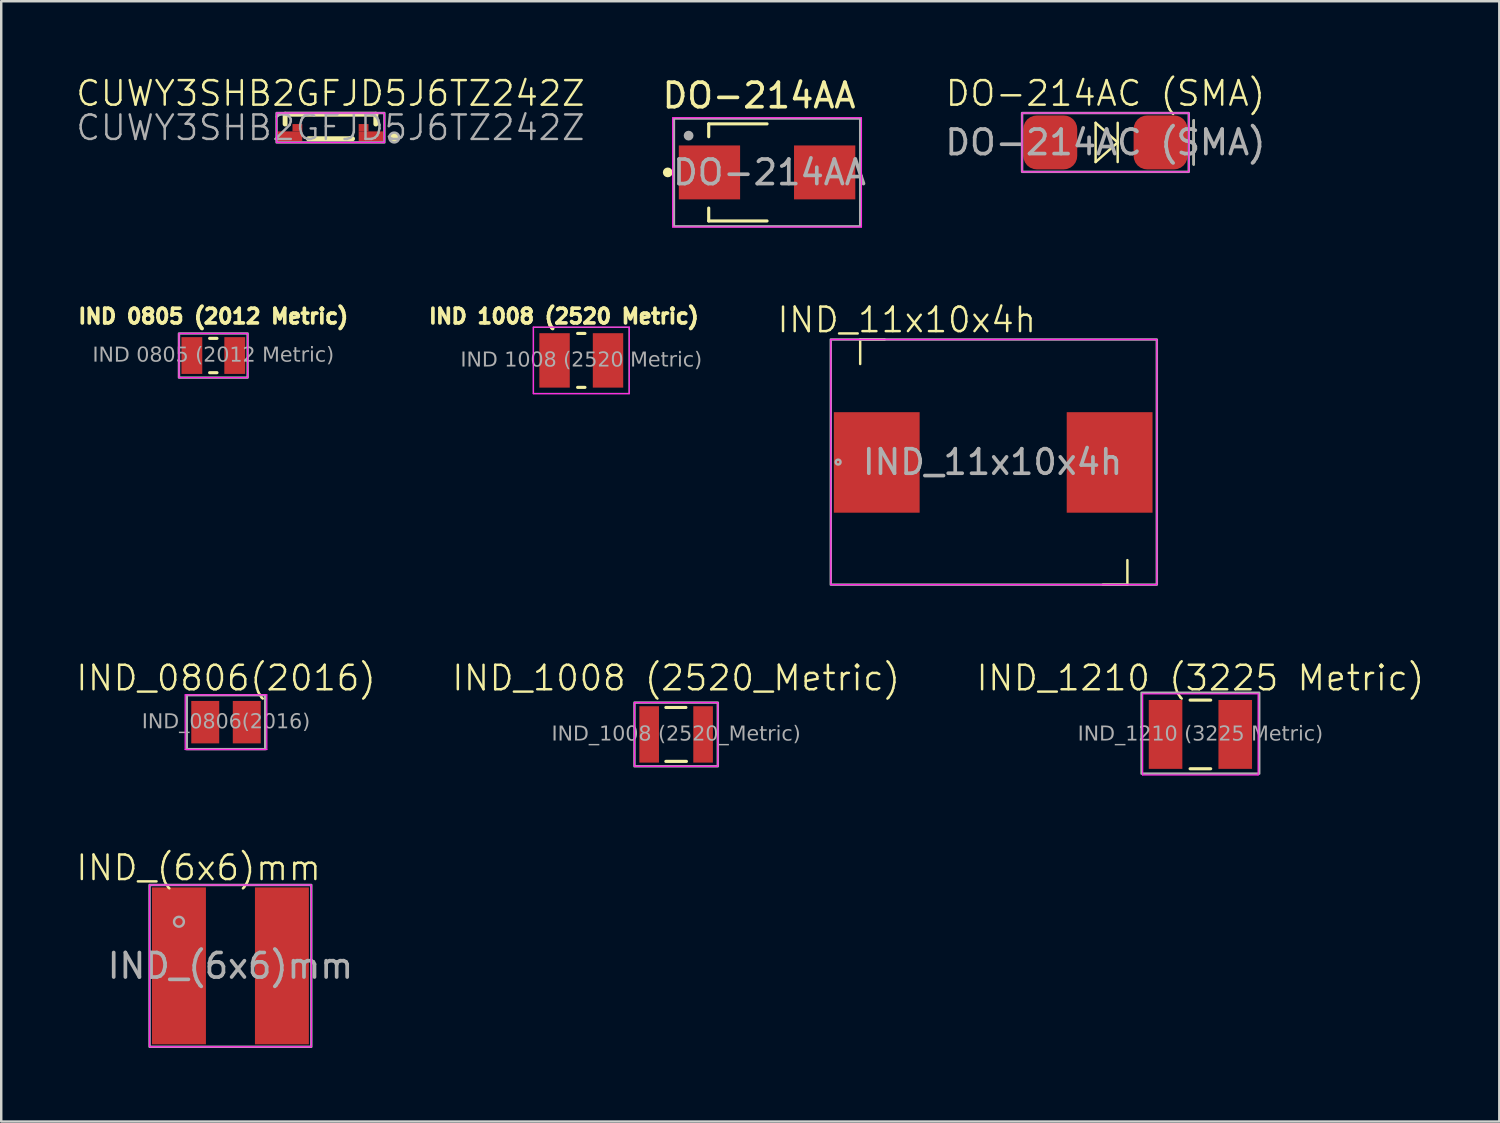
<source format=kicad_pcb>
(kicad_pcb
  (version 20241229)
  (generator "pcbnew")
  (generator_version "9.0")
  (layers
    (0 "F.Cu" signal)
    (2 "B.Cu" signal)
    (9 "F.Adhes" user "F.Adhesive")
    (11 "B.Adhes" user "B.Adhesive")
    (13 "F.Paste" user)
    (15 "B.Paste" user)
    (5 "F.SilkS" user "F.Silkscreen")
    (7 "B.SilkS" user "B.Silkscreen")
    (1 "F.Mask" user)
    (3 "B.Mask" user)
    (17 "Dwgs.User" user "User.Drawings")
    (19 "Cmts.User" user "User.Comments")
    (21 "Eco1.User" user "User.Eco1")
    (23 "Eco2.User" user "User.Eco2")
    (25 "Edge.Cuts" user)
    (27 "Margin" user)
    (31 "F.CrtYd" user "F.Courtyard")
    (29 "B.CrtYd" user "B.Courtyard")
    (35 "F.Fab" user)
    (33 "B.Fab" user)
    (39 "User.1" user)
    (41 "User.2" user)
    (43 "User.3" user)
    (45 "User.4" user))
  (footprint "IND 1008 (2520 Metric)"
    (layer "F.Cu")
    (at 20.662 11.652)
    (property "Reference" "IND 1008 (2520 Metric)" (at -0.71 -1.8 0) (layer "F.SilkS") (effects (font (size 0.6 0.6) (thickness 0.15))))
    (attr smd)
    (fp_line (start -0.15 -1.1) (end 0.15 -1.1) (stroke (width 0.127) (type solid)) (layer "F.SilkS"))
    (fp_line (start -0.15 1.1) (end 0.15 1.1) (stroke (width 0.127) (type solid)) (layer "F.SilkS"))
    (fp_line (start -1.958 -1.358) (end 1.958 -1.358) (stroke (width 0.05) (type solid)) (layer "F.CrtYd"))
    (fp_line (start -1.958 1.358) (end -1.958 -1.358) (stroke (width 0.05) (type solid)) (layer "F.CrtYd"))
    (fp_line (start -1.958 1.358) (end 1.958 1.358) (stroke (width 0.05) (type solid)) (layer "F.CrtYd"))
    (fp_line (start 1.958 1.358) (end 1.958 -1.358) (stroke (width 0.05) (type solid)) (layer "F.CrtYd"))
    (fp_rect (start -1.95 -1.35) (end 1.95 1.35) (stroke (width 0.05) (type default)) (fill no) (layer "F.Fab"))
    (fp_text user "${REFERENCE}" (at 0 0 0) (unlocked yes) (layer "F.Fab") (effects (font (face "Arial") (size 0.6 0.6) (thickness 0.125))))
    (pad "1" smd rect (at -1.09 0) (size 1.24 2.22) (layers "F.Cu" "F.Mask" "F.Paste"))
    (pad "2" smd rect (at 1.09 0) (size 1.24 2.22) (layers "F.Cu" "F.Mask" "F.Paste")))
  (footprint "IND_0806(2016)"
    (layer "F.Cu")
    (at 6.169 26.409)
    (property "Reference" "IND_0806(2016)" (at 0 -1.8 0) (layer "F.SilkS") (effects (font (size 1 1) (thickness 0.1))))
    (attr smd)
    (fp_line (start -1.665 -1.115) (end 1.665 -1.115) (stroke (width 0.05) (type solid)) (layer "F.CrtYd"))
    (fp_line (start -1.665 1.115) (end -1.665 -1.115) (stroke (width 0.05) (type solid)) (layer "F.CrtYd"))
    (fp_line (start -1.665 1.115) (end 1.665 1.115) (stroke (width 0.05) (type solid)) (layer "F.CrtYd"))
    (fp_line (start 1.665 1.115) (end 1.665 -1.115) (stroke (width 0.05) (type solid)) (layer "F.CrtYd"))
    (fp_rect (start -1.6 -1.1) (end 1.6 1.1) (stroke (width 0.1) (type default)) (fill no) (layer "F.Fab"))
    (fp_text user "${REFERENCE}" (at 0 0 0) (unlocked yes) (layer "F.Fab") (effects (font (face "Arial") (size 0.6 0.6) (thickness 0.125))))
    (pad "1" smd rect (at -0.847 0) (size 1.14 1.73) (layers "F.Cu" "F.Mask" "F.Paste"))
    (pad "2" smd rect (at 0.847 0) (size 1.14 1.73) (layers "F.Cu" "F.Mask" "F.Paste")))
  (footprint "IND_(6x6)mm"
    (layer "F.Cu")
    (at 6.35 36.35)
    (property "Reference" "IND_(6x6)mm" (at -1.3 -4 0) (unlocked yes) (layer "F.SilkS") (effects (font (size 1 1) (thickness 0.1))))
    (attr smd)
    (fp_rect (start -3.3 -3.3) (end 3.3 3.3) (stroke (width 0.05) (type default)) (fill no) (layer "F.CrtYd"))
    (fp_rect (start -3.3 -3.3) (end 3.3 3.3) (stroke (width 0.1) (type default)) (fill no) (layer "F.Fab"))
    (fp_circle (center -2.1 -1.8) (end -1.9 -1.8) (stroke (width 0.1) (type solid)) (fill no) (layer "F.Fab"))
    (fp_text user "${REFERENCE}" (at 0 0 0) (unlocked yes) (layer "F.Fab") (effects (font (size 1 1) (thickness 0.15))))
    (pad "1" smd rect (at -2.1 0 180) (size 2.2 6.4) (layers "F.Cu" "F.Mask" "F.Paste"))
    (pad "2" smd rect (at 2.1 0 180) (size 2.2 6.4) (layers "F.Cu" "F.Mask" "F.Paste")))
  (footprint "IND_11x10x4h"
    (layer "F.Cu")
    (at 37.439 15.799)
    (property "Reference" "IND_11x10x4h" (at -3.5 -5.8 0) (unlocked yes) (layer "F.SilkS") (effects (font (size 1 1) (thickness 0.1))))
    (attr smd)
    (fp_line (start -5.4 -5) (end -5.4 -4) (stroke (width 0.1) (type default)) (layer "F.SilkS"))
    (fp_line (start -5.4 -5) (end -4.4 -5) (stroke (width 0.1) (type default)) (layer "F.SilkS"))
    (fp_line (start 5.5 5) (end 4.5 5) (stroke (width 0.1) (type default)) (layer "F.SilkS"))
    (fp_line (start 5.5 5) (end 5.5 4) (stroke (width 0.1) (type default)) (layer "F.SilkS"))
    (fp_rect (start -6.6 -5) (end 6.7 5) (stroke (width 0.05) (type default)) (fill no) (layer "F.CrtYd"))
    (fp_rect (start -6.6 -5) (end 6.7 5) (stroke (width 0.1) (type default)) (fill no) (layer "F.Fab"))
    (fp_circle (center -6.3 0) (end -6.2 0) (stroke (width 0.1) (type solid)) (fill no) (layer "F.Fab"))
    (fp_text user "${REFERENCE}" (at 0 0 0) (unlocked yes) (layer "F.Fab") (effects (font (size 1 1) (thickness 0.15))))
    (pad "1" smd rect (at -4.725 0.015 90) (size 4.1 3.5) (layers "F.Cu" "F.Mask" "F.Paste"))
    (pad "2" smd rect (at 4.775 0.015 90) (size 4.1 3.5) (layers "F.Cu" "F.Mask" "F.Paste")))
  (footprint "IND 0805 (2012 Metric)"
    (layer "F.Cu")
    (at 5.651 11.453)
    (property "Reference" "IND 0805 (2012 Metric)" (at 0 -1.6 0) (layer "F.SilkS") (effects (font (size 0.6 0.6) (thickness 0.15))))
    (attr smd)
    (fp_line (start -0.15 -0.7) (end 0.15 -0.7) (stroke (width 0.127) (type solid)) (layer "F.SilkS"))
    (fp_line (start -0.15 0.7) (end 0.15 0.7) (stroke (width 0.127) (type solid)) (layer "F.SilkS"))
    (fp_rect (start -1.4 -0.9) (end 1.4 0.9) (stroke (width 0.05) (type default)) (fill no) (layer "F.CrtYd"))
    (fp_rect (start -1.4 -0.9) (end 1.4 0.9) (stroke (width 0.1) (type default)) (fill no) (layer "F.Fab"))
    (fp_text user "${REFERENCE}" (at 0 0 0) (unlocked yes) (layer "F.Fab") (effects (font (face "Arial") (size 0.6 0.6) (thickness 0.125))))
    (pad "1" smd rect (at -0.875 0) (size 0.85 1.5) (layers "F.Cu" "F.Mask" "F.Paste"))
    (pad "2" smd rect (at 0.875 0) (size 0.85 1.5) (layers "F.Cu" "F.Mask" "F.Paste")))
  (footprint "IND_1008 (2520_Metric)"
    (layer "F.Cu")
    (at 24.531 26.909)
    (property "Reference" "IND_1008 (2520_Metric)" (at 0 -2.3 0) (layer "F.SilkS") (effects (font (size 1 1) (thickness 0.1))))
    (attr smd)
    (fp_line (start -0.42 -1.1) (end 0.4 -1.1) (stroke (width 0.127) (type solid)) (layer "F.SilkS"))
    (fp_line (start -0.42 1.1) (end 0.42 1.1) (stroke (width 0.127) (type solid)) (layer "F.SilkS"))
    (fp_rect (start -1.7 -1.3) (end 1.7 1.3) (stroke (width 0.05) (type default)) (fill no) (layer "F.CrtYd"))
    (fp_rect (start -1.7 -1.3) (end 1.7 1.3) (stroke (width 0.1) (type default)) (fill no) (layer "F.Fab"))
    (fp_text user "${REFERENCE}" (at 0 0 0) (unlocked yes) (layer "F.Fab") (effects (font (face "Arial") (size 0.6 0.6) (thickness 0.125))))
    (pad "1" smd rect (at -1.1 0) (size 0.8 2.3) (layers "F.Cu" "F.Mask" "F.Paste"))
    (pad "2" smd rect (at 1.1 0) (size 0.8 2.3) (layers "F.Cu" "F.Mask" "F.Paste")))
  (footprint "DO-214AA"
    (layer "F.Cu")
    (at 28.24 3.983)
    (property "Reference" "DO-214AA" (at -0.325 -3.135 0) (layer "F.SilkS") (effects (font (size 1 1) (thickness 0.15))))
    (attr smd)
    (fp_line (start -2.38 -1.98) (end 0 -1.98) (stroke (width 0.127) (type solid)) (layer "F.SilkS"))
    (fp_line (start -2.38 -1.455) (end -2.38 -1.98) (stroke (width 0.127) (type solid)) (layer "F.SilkS"))
    (fp_line (start -2.38 1.98) (end -2.38 1.455) (stroke (width 0.127) (type solid)) (layer "F.SilkS"))
    (fp_line (start 0 1.98) (end -2.38 1.98) (stroke (width 0.127) (type solid)) (layer "F.SilkS"))
    (fp_circle (center -4.05 0) (end -3.95 0) (stroke (width 0.2) (type solid)) (fill no) (layer "F.SilkS"))
    (fp_line (start -3.85 -2.23) (end 3.85 -2.23) (stroke (width 0.05) (type solid)) (layer "F.CrtYd"))
    (fp_line (start -3.85 2.23) (end -3.85 -2.23) (stroke (width 0.05) (type solid)) (layer "F.CrtYd"))
    (fp_line (start 3.85 -2.23) (end 3.85 2.23) (stroke (width 0.05) (type solid)) (layer "F.CrtYd"))
    (fp_line (start 3.85 2.23) (end -3.85 2.23) (stroke (width 0.05) (type solid)) (layer "F.CrtYd"))
    (fp_rect (start -3.8 -2.2) (end 3.8 2.2) (stroke (width 0.1) (type default)) (fill no) (layer "F.Fab"))
    (fp_circle (center -3.2 -1.5) (end -3.1 -1.5) (stroke (width 0.2) (type solid)) (fill no) (layer "F.Fab"))
    (fp_text user "${REFERENCE}" (at 0.1 0 0) (unlocked yes) (layer "F.Fab") (effects (font (size 1 1) (thickness 0.15))))
    (pad "A" smd rect (at 2.35 0) (size 2.5 2.2) (layers "F.Cu" "F.Mask" "F.Paste"))
    (pad "C" smd rect (at -2.35 0) (size 2.5 2.2) (layers "F.Cu" "F.Mask" "F.Paste")))
  (footprint "IND_1210 (3225 Metric)"
    (layer "F.Cu")
    (at 45.917 26.909)
    (property "Reference" "IND_1210 (3225 Metric)" (at 0 -2.3 0) (layer "F.SilkS") (effects (font (size 1 1) (thickness 0.1))))
    (attr smd)
    (fp_line (start -0.42 -1.4) (end 0.42 -1.4) (stroke (width 0.127) (type solid)) (layer "F.SilkS"))
    (fp_line (start -0.42 1.4) (end 0.42 1.4) (stroke (width 0.127) (type solid)) (layer "F.SilkS"))
    (fp_line (start -2.355 -1.655) (end 2.355 -1.655) (stroke (width 0.05) (type solid)) (layer "F.CrtYd"))
    (fp_line (start -2.355 1.655) (end -2.355 -1.655) (stroke (width 0.05) (type solid)) (layer "F.CrtYd"))
    (fp_line (start -2.355 1.655) (end 2.355 1.655) (stroke (width 0.05) (type solid)) (layer "F.CrtYd"))
    (fp_line (start 2.355 1.655) (end 2.355 -1.655) (stroke (width 0.05) (type solid)) (layer "F.CrtYd"))
    (fp_rect (start -2.4 -1.7) (end 2.4 1.6) (stroke (width 0.1) (type default)) (fill no) (layer "F.Fab"))
    (fp_text user "${REFERENCE}" (at 0 0 0) (unlocked yes) (layer "F.Fab") (effects (font (face "Arial") (size 0.6 0.6) (thickness 0.125))))
    (pad "1" smd rect (at -1.421 0) (size 1.37 2.81) (layers "F.Cu" "F.Mask" "F.Paste"))
    (pad "2" smd rect (at 1.421 0) (size 1.37 2.81) (layers "F.Cu" "F.Mask" "F.Paste")))
  (footprint "DO-214AC (SMA)"
    (layer "F.Cu")
    (at 42.043 2.76)
    (property "Reference" "DO-214AC (SMA)" (at 0 -2 0) (unlocked yes) (layer "F.SilkS") (effects (font (size 1 1) (thickness 0.1))))
    (attr smd)
    (fp_line (start -0.4 -0.8) (end -0.4 0.8) (stroke (width 0.1) (type default)) (layer "F.SilkS"))
    (fp_line (start -0.4 0.8) (end 0.5 0) (stroke (width 0.1) (type default)) (layer "F.SilkS"))
    (fp_line (start 0.5 -0.8) (end 0.5 0.8) (stroke (width 0.1) (type default)) (layer "F.SilkS"))
    (fp_line (start 0.5 0) (end -0.4 -0.8) (stroke (width 0.1) (type default)) (layer "F.SilkS"))
    (fp_line (start 3.6 -0.9) (end 3.6 0.9) (stroke (width 0.1) (type default)) (layer "F.SilkS"))
    (fp_rect (start -3.4 -1.2) (end 3.4 1.2) (stroke (width 0.05) (type default)) (fill no) (layer "F.CrtYd"))
    (fp_line (start 3.6 -0.9) (end 3.6 0.9) (stroke (width 0.1) (type default)) (layer "F.Fab"))
    (fp_rect (start -3.4 -1.2) (end 3.4 1.2) (stroke (width 0.1) (type default)) (fill no) (layer "F.Fab"))
    (fp_text user "${REFERENCE}" (at 0 0 0) (unlocked yes) (layer "F.Fab") (effects (font (size 1 1) (thickness 0.15))))
    (pad "A" smd roundrect (at -2.25 0) (size 2.2 2.2) (layers "F.Cu" "F.Mask" "F.Paste") (roundrect_rratio 0.25))
    (pad "C" smd roundrect (at 2.25 0) (size 2.2 2.2) (layers "F.Cu" "F.Mask" "F.Paste") (roundrect_rratio 0.25)))
  (footprint "CUWY3SHB2GFJD5J6TZ242Z"
    (layer "F.Cu")
    (at 10.431 2.16)
    (property "Reference" "CUWY3SHB2GFJD5J6TZ242Z" (at 0 -1.4 0) (layer "F.SilkS") (effects (font (size 1 1) (thickness 0.1))))
    (attr smd)
    (fp_line (start -1.85 -0.55) (end 1.85 -0.55) (stroke (width 0.2) (type solid)) (layer "F.SilkS"))
    (fp_line (start -1.85 -0.15) (end -1.85 -0.55) (stroke (width 0.2) (type solid)) (layer "F.SilkS"))
    (fp_line (start -0.9 0.45) (end 0.8 0.45) (stroke (width 0.2) (type solid)) (layer "F.SilkS"))
    (fp_line (start 0.8 0.45) (end 0.9 0.45) (stroke (width 0.2) (type solid)) (layer "F.SilkS"))
    (fp_line (start 1.85 -0.55) (end 1.85 -0.15) (stroke (width 0.2) (type solid)) (layer "F.SilkS"))
    (fp_line (start 2.6 0.3) (end 2.6 0.3) (stroke (width 0.2) (type solid)) (layer "F.SilkS"))
    (fp_line (start 2.6 0.5) (end 2.6 0.5) (stroke (width 0.2) (type solid)) (layer "F.SilkS"))
    (fp_arc (start 2.6 0.3) (mid 2.7 0.4) (end 2.6 0.5) (stroke (width 0.2) (type solid)) (layer "F.SilkS"))
    (fp_arc (start 2.6 0.5) (mid 2.5 0.4) (end 2.6 0.3) (stroke (width 0.2) (type solid)) (layer "F.SilkS"))
    (fp_rect (start -2.2 -0.6) (end 2.2 0.6) (stroke (width 0.05) (type default)) (fill no) (layer "F.CrtYd"))
    (fp_rect (start -2.2 -0.6) (end 2.2 0.6) (stroke (width 0.1) (type default)) (fill no) (layer "F.Fab"))
    (fp_circle (center 2.6 0.4) (end 2.8 0.4) (stroke (width 0.1) (type solid)) (fill no) (layer "F.Fab"))
    (fp_text user "${REFERENCE}" (at 0 0 0) (layer "F.Fab") (effects (font (size 1 1) (thickness 0.1))))
    (pad "A" smd rect (at -1.65 0.35 90) (size 0.4 1) (layers "F.Cu" "F.Mask" "F.Paste"))
    (pad "A" smd rect (at -1.35 0 90) (size 0.3 0.4) (layers "F.Cu" "F.Mask" "F.Paste"))
    (pad "C" smd rect (at 1.35 0 90) (size 0.3 0.4) (layers "F.Cu" "F.Mask" "F.Paste"))
    (pad "C" smd rect (at 1.65 0.35 90) (size 0.4 1) (layers "F.Cu" "F.Mask" "F.Paste")))
  (gr_rect
    (start -3 -3)
    (end 58.11 42.7)
    (stroke (width 0.1) (type default))
    (fill no)
    (layer "Edge.Cuts")))
</source>
